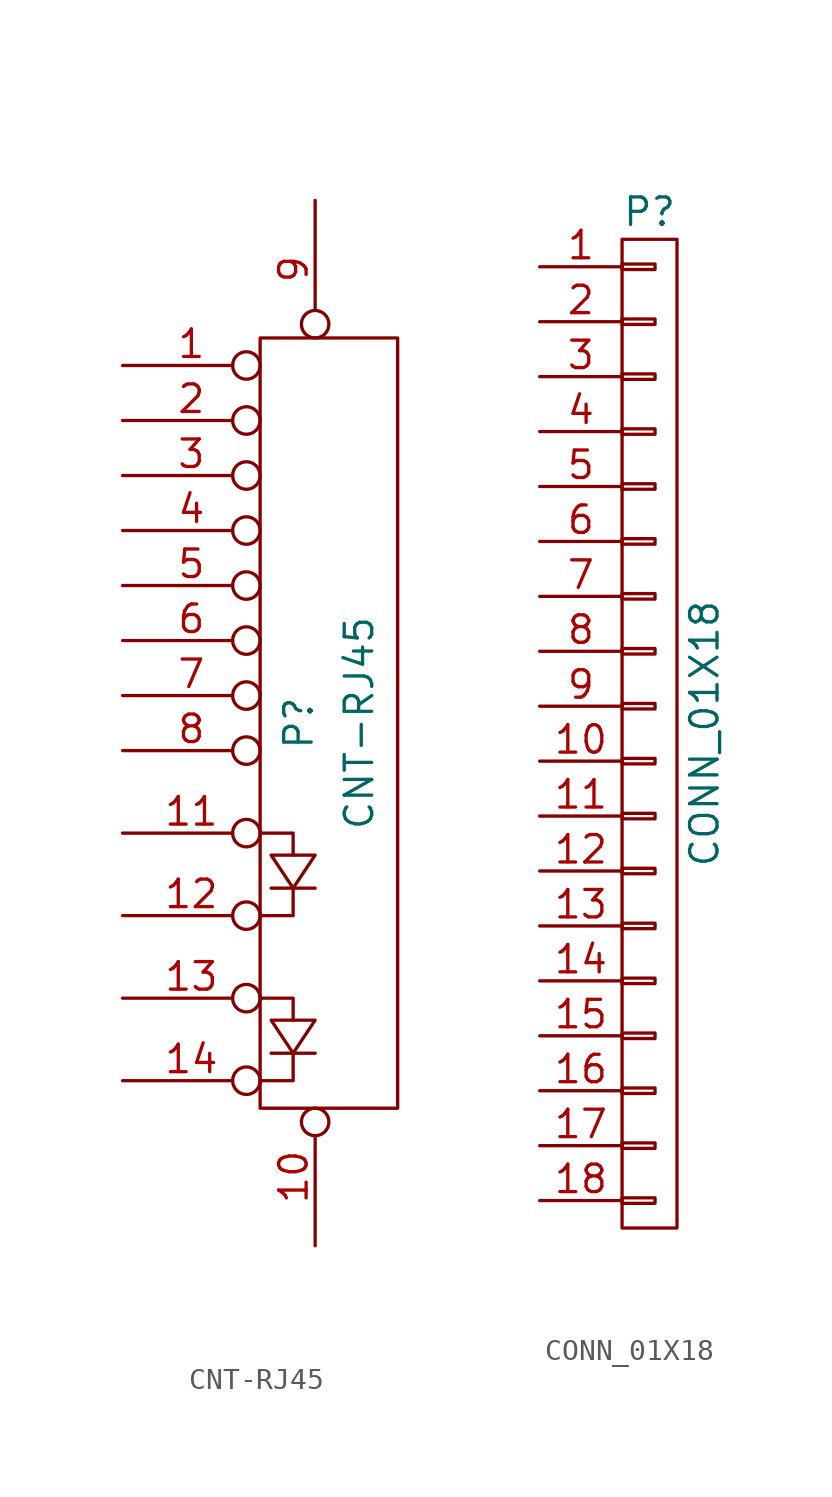
<source format=kicad_sym>
(kicad_symbol_lib
  (version 20211014)
  (generator kicad_symbol_editor)
  (symbol "CNT-RJ45"
    (pin_names
      (offset 1.016) hide)
    (property "Reference" "P"
      (at -0.762 0 90)
      (effects (font (size 1.27 1.27))))
    (property "Value" "CNT-RJ45"
      (at 2.032 0 90)
      (effects (font (size 1.27 1.27))))
    (property "Footprint" ""
      (at 0 0 0)
      (effects (font (size 1.27 1.27))))
    (property "Datasheet" ""
      (at 0 0 0)
      (effects (font (size 1.27 1.27))))
    (symbol "CNT-RJ45_0_1"
      (rectangle (start -2.54 17.78) (end 3.81 -17.78) (stroke (width 0) (type default) (color 0 0 0 0)) (fill (type none)))
      (polyline (pts (xy -2.032 -15.24) (xy 0 -15.24) (xy 0 -15.24)) (stroke (width 0) (type default) (color 0 0 0 0)) (fill (type none)))
      (polyline (pts (xy -2.032 -7.62) (xy 0 -7.62) (xy 0 -7.62)) (stroke (width 0) (type default) (color 0 0 0 0)) (fill (type none)))
      (polyline (pts (xy -2.54 -16.51) (xy -1.016 -16.51) (xy -1.016 -15.24) (xy -1.016 -15.24)) (stroke (width 0) (type default) (color 0 0 0 0)) (fill (type none)))
      (polyline (pts (xy -2.54 -12.7) (xy -1.016 -12.7) (xy -1.016 -13.716) (xy -1.016 -13.716)) (stroke (width 0) (type default) (color 0 0 0 0)) (fill (type none)))
      (polyline (pts (xy -2.54 -8.89) (xy -1.016 -8.89) (xy -1.016 -7.62) (xy -1.016 -7.62)) (stroke (width 0) (type default) (color 0 0 0 0)) (fill (type none)))
      (polyline (pts (xy -2.54 -5.08) (xy -1.016 -5.08) (xy -1.016 -6.096) (xy -1.016 -6.096)) (stroke (width 0) (type default) (color 0 0 0 0)) (fill (type none)))
      (polyline (pts (xy -2.032 -13.716) (xy 0 -13.716) (xy -1.016 -15.24) (xy -2.032 -13.716) (xy -2.032 -13.716)) (stroke (width 0) (type default) (color 0 0 0 0)) (fill (type none)))
      (polyline (pts (xy -2.032 -6.096) (xy 0 -6.096) (xy -1.016 -7.62) (xy -2.032 -6.096) (xy -2.032 -6.096)) (stroke (width 0) (type default) (color 0 0 0 0)) (fill (type none))))
    (symbol "CNT-RJ45_1_1"
      (pin passive inverted (at -8.89 16.51 0) (length 6.35) (name "P1" (effects (font (size 1.27 1.27)))) (number "1" (effects (font (size 1.27 1.27)))))
      (pin passive inverted (at 0 -24.13 90) (length 6.35) (name "P10" (effects (font (size 1.27 1.27)))) (number "10" (effects (font (size 1.27 1.27)))))
      (pin passive inverted (at -8.89 -5.08 0) (length 6.35) (name "P11" (effects (font (size 1.27 1.27)))) (number "11" (effects (font (size 1.27 1.27)))))
      (pin passive inverted (at -8.89 -8.89 0) (length 6.35) (name "P12" (effects (font (size 1.27 1.27)))) (number "12" (effects (font (size 1.27 1.27)))))
      (pin passive inverted (at -8.89 -12.7 0) (length 6.35) (name "P13" (effects (font (size 1.27 1.27)))) (number "13" (effects (font (size 1.27 1.27)))))
      (pin passive inverted (at -8.89 -16.51 0) (length 6.35) (name "P14" (effects (font (size 1.27 1.27)))) (number "14" (effects (font (size 1.27 1.27)))))
      (pin passive inverted (at -8.89 13.97 0) (length 6.35) (name "P2" (effects (font (size 1.27 1.27)))) (number "2" (effects (font (size 1.27 1.27)))))
      (pin passive inverted (at -8.89 11.43 0) (length 6.35) (name "P3" (effects (font (size 1.27 1.27)))) (number "3" (effects (font (size 1.27 1.27)))))
      (pin passive inverted (at -8.89 8.89 0) (length 6.35) (name "P4" (effects (font (size 1.27 1.27)))) (number "4" (effects (font (size 1.27 1.27)))))
      (pin passive inverted (at -8.89 6.35 0) (length 6.35) (name "P5" (effects (font (size 1.27 1.27)))) (number "5" (effects (font (size 1.27 1.27)))))
      (pin passive inverted (at -8.89 3.81 0) (length 6.35) (name "P6" (effects (font (size 1.27 1.27)))) (number "6" (effects (font (size 1.27 1.27)))))
      (pin passive inverted (at -8.89 1.27 0) (length 6.35) (name "P7" (effects (font (size 1.27 1.27)))) (number "7" (effects (font (size 1.27 1.27)))))
      (pin passive inverted (at -8.89 -1.27 0) (length 6.35) (name "P8" (effects (font (size 1.27 1.27)))) (number "8" (effects (font (size 1.27 1.27)))))
      (pin passive inverted (at 0 24.13 270) (length 6.35) (name "P9" (effects (font (size 1.27 1.27)))) (number "9" (effects (font (size 1.27 1.27)))))))
  (symbol "CONN_01X18"
    (pin_names
      (offset 1.016) hide)
    (property "Reference" "P"
      (at 0 24.13 0)
      (effects (font (size 1.27 1.27))))
    (property "Value" "CONN_01X18"
      (at 2.54 0 90)
      (effects (font (size 1.27 1.27))))
    (property "Footprint" ""
      (at 0 0 0)
      (effects (font (size 1.27 1.27))))
    (property "Datasheet" ""
      (at 0 0 0)
      (effects (font (size 1.27 1.27))))
    (symbol "CONN_01X18_0_1"
      (rectangle (start -1.27 -21.463) (end 0.254 -21.717) (stroke (width 0) (type default) (color 0 0 0 0)) (fill (type none)))
      (rectangle (start -1.27 -18.923) (end 0.254 -19.177) (stroke (width 0) (type default) (color 0 0 0 0)) (fill (type none)))
      (rectangle (start -1.27 -16.383) (end 0.254 -16.637) (stroke (width 0) (type default) (color 0 0 0 0)) (fill (type none)))
      (rectangle (start -1.27 -13.843) (end 0.254 -14.097) (stroke (width 0) (type default) (color 0 0 0 0)) (fill (type none)))
      (rectangle (start -1.27 -11.303) (end 0.254 -11.557) (stroke (width 0) (type default) (color 0 0 0 0)) (fill (type none)))
      (rectangle (start -1.27 -8.763) (end 0.254 -9.017) (stroke (width 0) (type default) (color 0 0 0 0)) (fill (type none)))
      (rectangle (start -1.27 -6.223) (end 0.254 -6.477) (stroke (width 0) (type default) (color 0 0 0 0)) (fill (type none)))
      (rectangle (start -1.27 -3.683) (end 0.254 -3.937) (stroke (width 0) (type default) (color 0 0 0 0)) (fill (type none)))
      (rectangle (start -1.27 -1.143) (end 0.254 -1.397) (stroke (width 0) (type default) (color 0 0 0 0)) (fill (type none)))
      (rectangle (start -1.27 1.397) (end 0.254 1.143) (stroke (width 0) (type default) (color 0 0 0 0)) (fill (type none)))
      (rectangle (start -1.27 3.937) (end 0.254 3.683) (stroke (width 0) (type default) (color 0 0 0 0)) (fill (type none)))
      (rectangle (start -1.27 6.477) (end 0.254 6.223) (stroke (width 0) (type default) (color 0 0 0 0)) (fill (type none)))
      (rectangle (start -1.27 9.017) (end 0.254 8.763) (stroke (width 0) (type default) (color 0 0 0 0)) (fill (type none)))
      (rectangle (start -1.27 11.557) (end 0.254 11.303) (stroke (width 0) (type default) (color 0 0 0 0)) (fill (type none)))
      (rectangle (start -1.27 14.097) (end 0.254 13.843) (stroke (width 0) (type default) (color 0 0 0 0)) (fill (type none)))
      (rectangle (start -1.27 16.637) (end 0.254 16.383) (stroke (width 0) (type default) (color 0 0 0 0)) (fill (type none)))
      (rectangle (start -1.27 19.177) (end 0.254 18.923) (stroke (width 0) (type default) (color 0 0 0 0)) (fill (type none)))
      (rectangle (start -1.27 21.717) (end 0.254 21.463) (stroke (width 0) (type default) (color 0 0 0 0)) (fill (type none)))
      (rectangle (start -1.27 22.86) (end 1.27 -22.86) (stroke (width 0) (type default) (color 0 0 0 0)) (fill (type none))))
    (symbol "CONN_01X18_1_1"
      (pin passive line (at -5.08 21.59 0) (length 3.81) (name "P1" (effects (font (size 1.27 1.27)))) (number "1" (effects (font (size 1.27 1.27)))))
      (pin passive line (at -5.08 -1.27 0) (length 3.81) (name "P10" (effects (font (size 1.27 1.27)))) (number "10" (effects (font (size 1.27 1.27)))))
      (pin passive line (at -5.08 -3.81 0) (length 3.81) (name "P11" (effects (font (size 1.27 1.27)))) (number "11" (effects (font (size 1.27 1.27)))))
      (pin passive line (at -5.08 -6.35 0) (length 3.81) (name "P12" (effects (font (size 1.27 1.27)))) (number "12" (effects (font (size 1.27 1.27)))))
      (pin passive line (at -5.08 -8.89 0) (length 3.81) (name "P13" (effects (font (size 1.27 1.27)))) (number "13" (effects (font (size 1.27 1.27)))))
      (pin passive line (at -5.08 -11.43 0) (length 3.81) (name "P14" (effects (font (size 1.27 1.27)))) (number "14" (effects (font (size 1.27 1.27)))))
      (pin passive line (at -5.08 -13.97 0) (length 3.81) (name "P15" (effects (font (size 1.27 1.27)))) (number "15" (effects (font (size 1.27 1.27)))))
      (pin passive line (at -5.08 -16.51 0) (length 3.81) (name "P16" (effects (font (size 1.27 1.27)))) (number "16" (effects (font (size 1.27 1.27)))))
      (pin passive line (at -5.08 -19.05 0) (length 3.81) (name "P17" (effects (font (size 1.27 1.27)))) (number "17" (effects (font (size 1.27 1.27)))))
      (pin passive line (at -5.08 -21.59 0) (length 3.81) (name "P18" (effects (font (size 1.27 1.27)))) (number "18" (effects (font (size 1.27 1.27)))))
      (pin passive line (at -5.08 19.05 0) (length 3.81) (name "P2" (effects (font (size 1.27 1.27)))) (number "2" (effects (font (size 1.27 1.27)))))
      (pin passive line (at -5.08 16.51 0) (length 3.81) (name "P3" (effects (font (size 1.27 1.27)))) (number "3" (effects (font (size 1.27 1.27)))))
      (pin passive line (at -5.08 13.97 0) (length 3.81) (name "P4" (effects (font (size 1.27 1.27)))) (number "4" (effects (font (size 1.27 1.27)))))
      (pin passive line (at -5.08 11.43 0) (length 3.81) (name "P5" (effects (font (size 1.27 1.27)))) (number "5" (effects (font (size 1.27 1.27)))))
      (pin passive line (at -5.08 8.89 0) (length 3.81) (name "P6" (effects (font (size 1.27 1.27)))) (number "6" (effects (font (size 1.27 1.27)))))
      (pin passive line (at -5.08 6.35 0) (length 3.81) (name "P7" (effects (font (size 1.27 1.27)))) (number "7" (effects (font (size 1.27 1.27)))))
      (pin passive line (at -5.08 3.81 0) (length 3.81) (name "P8" (effects (font (size 1.27 1.27)))) (number "8" (effects (font (size 1.27 1.27)))))
      (pin passive line (at -5.08 1.27 0) (length 3.81) (name "P9" (effects (font (size 1.27 1.27)))) (number "9" (effects (font (size 1.27 1.27))))))))
</source>
